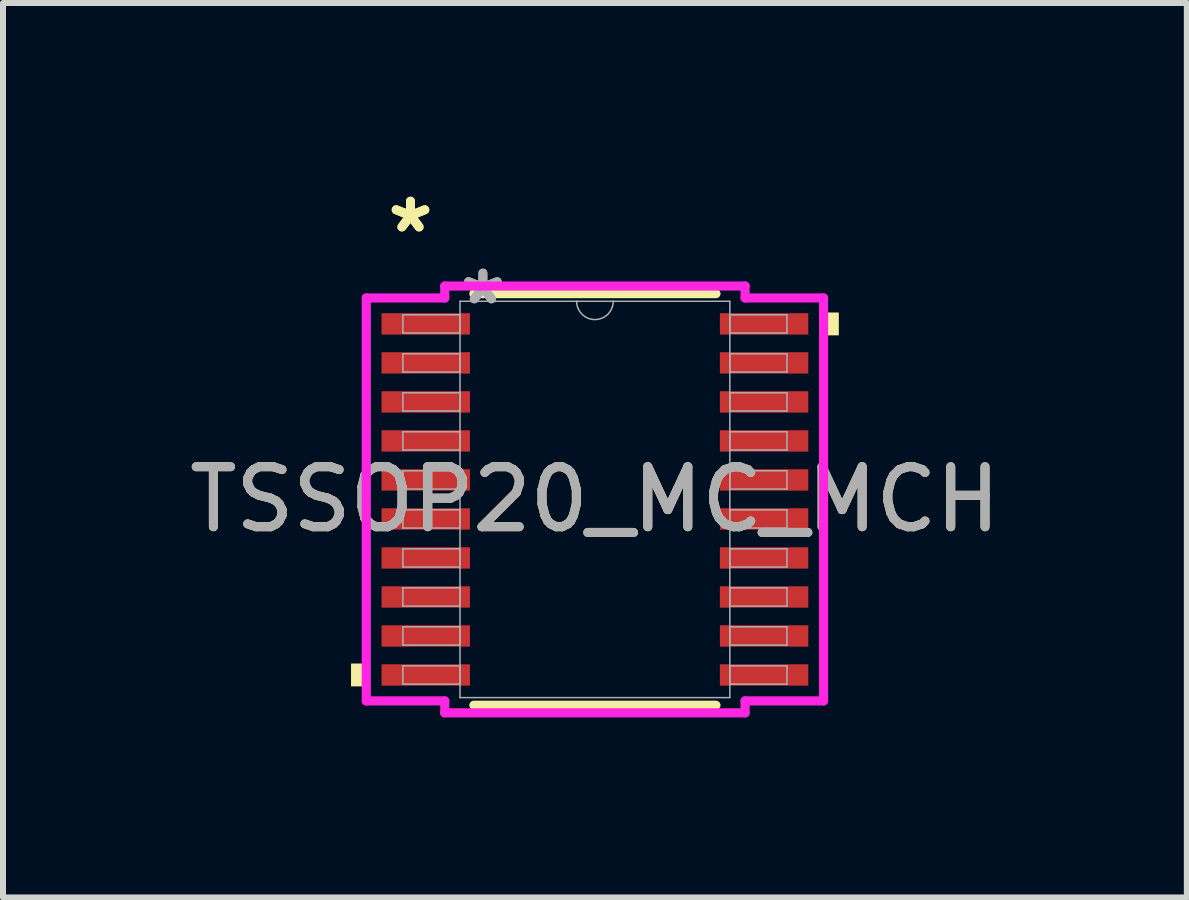
<source format=kicad_pcb>
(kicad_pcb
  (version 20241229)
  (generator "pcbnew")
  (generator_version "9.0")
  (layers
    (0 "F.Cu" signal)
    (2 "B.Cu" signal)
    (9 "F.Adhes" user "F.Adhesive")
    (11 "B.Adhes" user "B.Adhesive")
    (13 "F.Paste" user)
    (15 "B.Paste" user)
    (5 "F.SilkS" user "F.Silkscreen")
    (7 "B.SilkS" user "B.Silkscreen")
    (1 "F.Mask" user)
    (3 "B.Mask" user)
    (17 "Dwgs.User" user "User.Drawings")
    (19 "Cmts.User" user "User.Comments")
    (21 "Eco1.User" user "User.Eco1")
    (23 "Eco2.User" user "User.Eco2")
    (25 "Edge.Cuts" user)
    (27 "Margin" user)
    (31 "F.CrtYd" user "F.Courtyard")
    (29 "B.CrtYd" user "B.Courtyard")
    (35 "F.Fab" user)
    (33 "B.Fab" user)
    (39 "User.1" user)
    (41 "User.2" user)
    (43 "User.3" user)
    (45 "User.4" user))
  (footprint "TSSOP20_MC_MCH"
    (layer "F.Cu")
    (at 6.863 5.272)
    (property "Reference" "TSSOP20_MC_MCH" (at 0 0 0) (unlocked yes) (layer "F.SilkS") (effects (font (size 1 1) (thickness 0.15))))
    (attr smd)
    (fp_line (start -2.017 3.429) (end 2.017 3.429) (stroke (width 0.152) (type solid)) (layer "F.SilkS"))
    (fp_line (start 2.017 -3.429) (end -2.017 -3.429) (stroke (width 0.152) (type solid)) (layer "F.SilkS"))
    (fp_poly (pts (xy -4.064 2.734) (xy -4.064 3.115) (xy -3.81 3.115) (xy -3.81 2.734)) (stroke (width 0) (type solid)) (fill yes) (layer "F.SilkS"))
    (fp_poly (pts (xy 4.064 -3.115) (xy 4.064 -2.734) (xy 3.81 -2.734) (xy 3.81 -3.115)) (stroke (width 0) (type solid)) (fill yes) (layer "F.SilkS"))
    (fp_line (start -3.81 -3.357) (end -2.502 -3.357) (stroke (width 0.152) (type solid)) (layer "F.CrtYd"))
    (fp_line (start -3.81 3.357) (end -3.81 -3.357) (stroke (width 0.152) (type solid)) (layer "F.CrtYd"))
    (fp_line (start -3.81 3.357) (end -2.502 3.357) (stroke (width 0.152) (type solid)) (layer "F.CrtYd"))
    (fp_line (start -2.502 -3.556) (end 2.502 -3.556) (stroke (width 0.152) (type solid)) (layer "F.CrtYd"))
    (fp_line (start -2.502 -3.357) (end -2.502 -3.556) (stroke (width 0.152) (type solid)) (layer "F.CrtYd"))
    (fp_line (start -2.502 3.556) (end -2.502 3.357) (stroke (width 0.152) (type solid)) (layer "F.CrtYd"))
    (fp_line (start 2.502 -3.556) (end 2.502 -3.357) (stroke (width 0.152) (type solid)) (layer "F.CrtYd"))
    (fp_line (start 2.502 3.357) (end 2.502 3.556) (stroke (width 0.152) (type solid)) (layer "F.CrtYd"))
    (fp_line (start 2.502 3.556) (end -2.502 3.556) (stroke (width 0.152) (type solid)) (layer "F.CrtYd"))
    (fp_line (start 3.81 -3.357) (end 2.502 -3.357) (stroke (width 0.152) (type solid)) (layer "F.CrtYd"))
    (fp_line (start 3.81 -3.357) (end 3.81 3.357) (stroke (width 0.152) (type solid)) (layer "F.CrtYd"))
    (fp_line (start 3.81 3.357) (end 2.502 3.357) (stroke (width 0.152) (type solid)) (layer "F.CrtYd"))
    (fp_line (start -3.2 -3.077) (end -3.2 -2.773) (stroke (width 0.025) (type solid)) (layer "F.Fab"))
    (fp_line (start -3.2 -2.773) (end -2.248 -2.773) (stroke (width 0.025) (type solid)) (layer "F.Fab"))
    (fp_line (start -3.2 -2.427) (end -3.2 -2.123) (stroke (width 0.025) (type solid)) (layer "F.Fab"))
    (fp_line (start -3.2 -2.123) (end -2.248 -2.123) (stroke (width 0.025) (type solid)) (layer "F.Fab"))
    (fp_line (start -3.2 -1.777) (end -3.2 -1.473) (stroke (width 0.025) (type solid)) (layer "F.Fab"))
    (fp_line (start -3.2 -1.473) (end -2.248 -1.473) (stroke (width 0.025) (type solid)) (layer "F.Fab"))
    (fp_line (start -3.2 -1.127) (end -3.2 -0.823) (stroke (width 0.025) (type solid)) (layer "F.Fab"))
    (fp_line (start -3.2 -0.823) (end -2.248 -0.823) (stroke (width 0.025) (type solid)) (layer "F.Fab"))
    (fp_line (start -3.2 -0.477) (end -3.2 -0.173) (stroke (width 0.025) (type solid)) (layer "F.Fab"))
    (fp_line (start -3.2 -0.173) (end -2.248 -0.173) (stroke (width 0.025) (type solid)) (layer "F.Fab"))
    (fp_line (start -3.2 0.173) (end -3.2 0.477) (stroke (width 0.025) (type solid)) (layer "F.Fab"))
    (fp_line (start -3.2 0.477) (end -2.248 0.477) (stroke (width 0.025) (type solid)) (layer "F.Fab"))
    (fp_line (start -3.2 0.823) (end -3.2 1.127) (stroke (width 0.025) (type solid)) (layer "F.Fab"))
    (fp_line (start -3.2 1.127) (end -2.248 1.127) (stroke (width 0.025) (type solid)) (layer "F.Fab"))
    (fp_line (start -3.2 1.473) (end -3.2 1.777) (stroke (width 0.025) (type solid)) (layer "F.Fab"))
    (fp_line (start -3.2 1.777) (end -2.248 1.777) (stroke (width 0.025) (type solid)) (layer "F.Fab"))
    (fp_line (start -3.2 2.123) (end -3.2 2.427) (stroke (width 0.025) (type solid)) (layer "F.Fab"))
    (fp_line (start -3.2 2.427) (end -2.248 2.427) (stroke (width 0.025) (type solid)) (layer "F.Fab"))
    (fp_line (start -3.2 2.773) (end -3.2 3.077) (stroke (width 0.025) (type solid)) (layer "F.Fab"))
    (fp_line (start -3.2 3.077) (end -2.248 3.077) (stroke (width 0.025) (type solid)) (layer "F.Fab"))
    (fp_line (start -2.248 -3.302) (end -2.248 3.302) (stroke (width 0.025) (type solid)) (layer "F.Fab"))
    (fp_line (start -2.248 -3.077) (end -3.2 -3.077) (stroke (width 0.025) (type solid)) (layer "F.Fab"))
    (fp_line (start -2.248 -2.773) (end -2.248 -3.077) (stroke (width 0.025) (type solid)) (layer "F.Fab"))
    (fp_line (start -2.248 -2.427) (end -3.2 -2.427) (stroke (width 0.025) (type solid)) (layer "F.Fab"))
    (fp_line (start -2.248 -2.123) (end -2.248 -2.427) (stroke (width 0.025) (type solid)) (layer "F.Fab"))
    (fp_line (start -2.248 -1.777) (end -3.2 -1.777) (stroke (width 0.025) (type solid)) (layer "F.Fab"))
    (fp_line (start -2.248 -1.473) (end -2.248 -1.777) (stroke (width 0.025) (type solid)) (layer "F.Fab"))
    (fp_line (start -2.248 -1.127) (end -3.2 -1.127) (stroke (width 0.025) (type solid)) (layer "F.Fab"))
    (fp_line (start -2.248 -0.823) (end -2.248 -1.127) (stroke (width 0.025) (type solid)) (layer "F.Fab"))
    (fp_line (start -2.248 -0.477) (end -3.2 -0.477) (stroke (width 0.025) (type solid)) (layer "F.Fab"))
    (fp_line (start -2.248 -0.173) (end -2.248 -0.477) (stroke (width 0.025) (type solid)) (layer "F.Fab"))
    (fp_line (start -2.248 0.173) (end -3.2 0.173) (stroke (width 0.025) (type solid)) (layer "F.Fab"))
    (fp_line (start -2.248 0.477) (end -2.248 0.173) (stroke (width 0.025) (type solid)) (layer "F.Fab"))
    (fp_line (start -2.248 0.823) (end -3.2 0.823) (stroke (width 0.025) (type solid)) (layer "F.Fab"))
    (fp_line (start -2.248 1.127) (end -2.248 0.823) (stroke (width 0.025) (type solid)) (layer "F.Fab"))
    (fp_line (start -2.248 1.473) (end -3.2 1.473) (stroke (width 0.025) (type solid)) (layer "F.Fab"))
    (fp_line (start -2.248 1.777) (end -2.248 1.473) (stroke (width 0.025) (type solid)) (layer "F.Fab"))
    (fp_line (start -2.248 2.123) (end -3.2 2.123) (stroke (width 0.025) (type solid)) (layer "F.Fab"))
    (fp_line (start -2.248 2.427) (end -2.248 2.123) (stroke (width 0.025) (type solid)) (layer "F.Fab"))
    (fp_line (start -2.248 2.773) (end -3.2 2.773) (stroke (width 0.025) (type solid)) (layer "F.Fab"))
    (fp_line (start -2.248 3.077) (end -2.248 2.773) (stroke (width 0.025) (type solid)) (layer "F.Fab"))
    (fp_line (start -2.248 3.302) (end 2.248 3.302) (stroke (width 0.025) (type solid)) (layer "F.Fab"))
    (fp_line (start 2.248 -3.302) (end -2.248 -3.302) (stroke (width 0.025) (type solid)) (layer "F.Fab"))
    (fp_line (start 2.248 -3.077) (end 2.248 -2.773) (stroke (width 0.025) (type solid)) (layer "F.Fab"))
    (fp_line (start 2.248 -2.773) (end 3.2 -2.773) (stroke (width 0.025) (type solid)) (layer "F.Fab"))
    (fp_line (start 2.248 -2.427) (end 2.248 -2.123) (stroke (width 0.025) (type solid)) (layer "F.Fab"))
    (fp_line (start 2.248 -2.123) (end 3.2 -2.123) (stroke (width 0.025) (type solid)) (layer "F.Fab"))
    (fp_line (start 2.248 -1.777) (end 2.248 -1.473) (stroke (width 0.025) (type solid)) (layer "F.Fab"))
    (fp_line (start 2.248 -1.473) (end 3.2 -1.473) (stroke (width 0.025) (type solid)) (layer "F.Fab"))
    (fp_line (start 2.248 -1.127) (end 2.248 -0.823) (stroke (width 0.025) (type solid)) (layer "F.Fab"))
    (fp_line (start 2.248 -0.823) (end 3.2 -0.823) (stroke (width 0.025) (type solid)) (layer "F.Fab"))
    (fp_line (start 2.248 -0.477) (end 2.248 -0.173) (stroke (width 0.025) (type solid)) (layer "F.Fab"))
    (fp_line (start 2.248 -0.173) (end 3.2 -0.173) (stroke (width 0.025) (type solid)) (layer "F.Fab"))
    (fp_line (start 2.248 0.173) (end 2.248 0.477) (stroke (width 0.025) (type solid)) (layer "F.Fab"))
    (fp_line (start 2.248 0.477) (end 3.2 0.477) (stroke (width 0.025) (type solid)) (layer "F.Fab"))
    (fp_line (start 2.248 0.823) (end 2.248 1.127) (stroke (width 0.025) (type solid)) (layer "F.Fab"))
    (fp_line (start 2.248 1.127) (end 3.2 1.127) (stroke (width 0.025) (type solid)) (layer "F.Fab"))
    (fp_line (start 2.248 1.473) (end 2.248 1.777) (stroke (width 0.025) (type solid)) (layer "F.Fab"))
    (fp_line (start 2.248 1.777) (end 3.2 1.777) (stroke (width 0.025) (type solid)) (layer "F.Fab"))
    (fp_line (start 2.248 2.123) (end 2.248 2.427) (stroke (width 0.025) (type solid)) (layer "F.Fab"))
    (fp_line (start 2.248 2.427) (end 3.2 2.427) (stroke (width 0.025) (type solid)) (layer "F.Fab"))
    (fp_line (start 2.248 2.773) (end 2.248 3.077) (stroke (width 0.025) (type solid)) (layer "F.Fab"))
    (fp_line (start 2.248 3.077) (end 3.2 3.077) (stroke (width 0.025) (type solid)) (layer "F.Fab"))
    (fp_line (start 2.248 3.302) (end 2.248 -3.302) (stroke (width 0.025) (type solid)) (layer "F.Fab"))
    (fp_line (start 3.2 -3.077) (end 2.248 -3.077) (stroke (width 0.025) (type solid)) (layer "F.Fab"))
    (fp_line (start 3.2 -2.773) (end 3.2 -3.077) (stroke (width 0.025) (type solid)) (layer "F.Fab"))
    (fp_line (start 3.2 -2.427) (end 2.248 -2.427) (stroke (width 0.025) (type solid)) (layer "F.Fab"))
    (fp_line (start 3.2 -2.123) (end 3.2 -2.427) (stroke (width 0.025) (type solid)) (layer "F.Fab"))
    (fp_line (start 3.2 -1.777) (end 2.248 -1.777) (stroke (width 0.025) (type solid)) (layer "F.Fab"))
    (fp_line (start 3.2 -1.473) (end 3.2 -1.777) (stroke (width 0.025) (type solid)) (layer "F.Fab"))
    (fp_line (start 3.2 -1.127) (end 2.248 -1.127) (stroke (width 0.025) (type solid)) (layer "F.Fab"))
    (fp_line (start 3.2 -0.823) (end 3.2 -1.127) (stroke (width 0.025) (type solid)) (layer "F.Fab"))
    (fp_line (start 3.2 -0.477) (end 2.248 -0.477) (stroke (width 0.025) (type solid)) (layer "F.Fab"))
    (fp_line (start 3.2 -0.173) (end 3.2 -0.477) (stroke (width 0.025) (type solid)) (layer "F.Fab"))
    (fp_line (start 3.2 0.173) (end 2.248 0.173) (stroke (width 0.025) (type solid)) (layer "F.Fab"))
    (fp_line (start 3.2 0.477) (end 3.2 0.173) (stroke (width 0.025) (type solid)) (layer "F.Fab"))
    (fp_line (start 3.2 0.823) (end 2.248 0.823) (stroke (width 0.025) (type solid)) (layer "F.Fab"))
    (fp_line (start 3.2 1.127) (end 3.2 0.823) (stroke (width 0.025) (type solid)) (layer "F.Fab"))
    (fp_line (start 3.2 1.473) (end 2.248 1.473) (stroke (width 0.025) (type solid)) (layer "F.Fab"))
    (fp_line (start 3.2 1.777) (end 3.2 1.473) (stroke (width 0.025) (type solid)) (layer "F.Fab"))
    (fp_line (start 3.2 2.123) (end 2.248 2.123) (stroke (width 0.025) (type solid)) (layer "F.Fab"))
    (fp_line (start 3.2 2.427) (end 3.2 2.123) (stroke (width 0.025) (type solid)) (layer "F.Fab"))
    (fp_line (start 3.2 2.773) (end 2.248 2.773) (stroke (width 0.025) (type solid)) (layer "F.Fab"))
    (fp_line (start 3.2 3.077) (end 3.2 2.773) (stroke (width 0.025) (type solid)) (layer "F.Fab"))
    (fp_arc (start 0.3048 -3.302) (mid 0 -2.9972) (end -0.3048 -3.302) (stroke (width 0.0254) (type solid)) (layer "F.Fab"))
    (fp_text user "*" (at -3.073 -4.424 0) (layer "F.SilkS") (effects (font (size 1 1) (thickness 0.15))))
    (fp_text user "*" (at -3.073 -4.424 0) (unlocked yes) (layer "F.SilkS") (effects (font (size 1 1) (thickness 0.15))))
    (fp_text user "${REFERENCE}" (at 0 0 0) (unlocked yes) (layer "F.Fab") (effects (font (size 1 1) (thickness 0.15))))
    (fp_text user "*" (at -1.867 -3.226 0) (unlocked yes) (layer "F.Fab") (effects (font (size 1 1) (thickness 0.15))))
    (fp_text user "*" (at -1.867 -3.226 0) (layer "F.Fab") (effects (font (size 1 1) (thickness 0.15))))
    (pad "1" smd rect (at -2.819 -2.925) (size 1.473 0.356) (layers "F.Cu" "F.Mask" "F.Paste"))
    (pad "2" smd rect (at -2.819 -2.275) (size 1.473 0.356) (layers "F.Cu" "F.Mask" "F.Paste"))
    (pad "3" smd rect (at -2.819 -1.625) (size 1.473 0.356) (layers "F.Cu" "F.Mask" "F.Paste"))
    (pad "4" smd rect (at -2.819 -0.975) (size 1.473 0.356) (layers "F.Cu" "F.Mask" "F.Paste"))
    (pad "5" smd rect (at -2.819 -0.325) (size 1.473 0.356) (layers "F.Cu" "F.Mask" "F.Paste"))
    (pad "6" smd rect (at -2.819 0.325) (size 1.473 0.356) (layers "F.Cu" "F.Mask" "F.Paste"))
    (pad "7" smd rect (at -2.819 0.975) (size 1.473 0.356) (layers "F.Cu" "F.Mask" "F.Paste"))
    (pad "8" smd rect (at -2.819 1.625) (size 1.473 0.356) (layers "F.Cu" "F.Mask" "F.Paste"))
    (pad "9" smd rect (at -2.819 2.275) (size 1.473 0.356) (layers "F.Cu" "F.Mask" "F.Paste"))
    (pad "10" smd rect (at -2.819 2.925) (size 1.473 0.356) (layers "F.Cu" "F.Mask" "F.Paste"))
    (pad "11" smd rect (at 2.819 2.925) (size 1.473 0.356) (layers "F.Cu" "F.Mask" "F.Paste"))
    (pad "12" smd rect (at 2.819 2.275) (size 1.473 0.356) (layers "F.Cu" "F.Mask" "F.Paste"))
    (pad "13" smd rect (at 2.819 1.625) (size 1.473 0.356) (layers "F.Cu" "F.Mask" "F.Paste"))
    (pad "14" smd rect (at 2.819 0.975) (size 1.473 0.356) (layers "F.Cu" "F.Mask" "F.Paste"))
    (pad "15" smd rect (at 2.819 0.325) (size 1.473 0.356) (layers "F.Cu" "F.Mask" "F.Paste"))
    (pad "16" smd rect (at 2.819 -0.325) (size 1.473 0.356) (layers "F.Cu" "F.Mask" "F.Paste"))
    (pad "17" smd rect (at 2.819 -0.975) (size 1.473 0.356) (layers "F.Cu" "F.Mask" "F.Paste"))
    (pad "18" smd rect (at 2.819 -1.625) (size 1.473 0.356) (layers "F.Cu" "F.Mask" "F.Paste"))
    (pad "19" smd rect (at 2.819 -2.275) (size 1.473 0.356) (layers "F.Cu" "F.Mask" "F.Paste"))
    (pad "20" smd rect (at 2.819 -2.925) (size 1.473 0.356) (layers "F.Cu" "F.Mask" "F.Paste")))
  (gr_rect
    (start -3 -3)
    (end 16.726 11.904)
    (stroke (width 0.1) (type default))
    (fill no)
    (layer "Edge.Cuts")))
</source>
